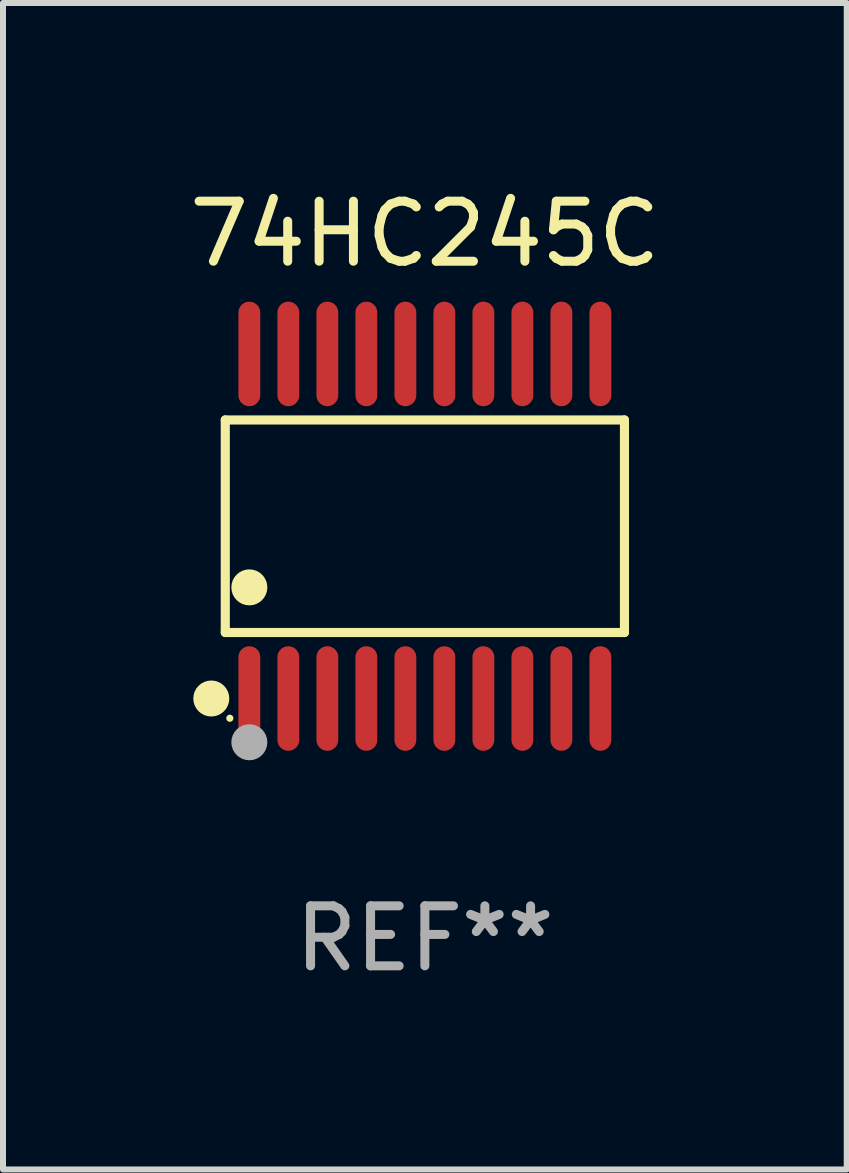
<source format=kicad_pcb>
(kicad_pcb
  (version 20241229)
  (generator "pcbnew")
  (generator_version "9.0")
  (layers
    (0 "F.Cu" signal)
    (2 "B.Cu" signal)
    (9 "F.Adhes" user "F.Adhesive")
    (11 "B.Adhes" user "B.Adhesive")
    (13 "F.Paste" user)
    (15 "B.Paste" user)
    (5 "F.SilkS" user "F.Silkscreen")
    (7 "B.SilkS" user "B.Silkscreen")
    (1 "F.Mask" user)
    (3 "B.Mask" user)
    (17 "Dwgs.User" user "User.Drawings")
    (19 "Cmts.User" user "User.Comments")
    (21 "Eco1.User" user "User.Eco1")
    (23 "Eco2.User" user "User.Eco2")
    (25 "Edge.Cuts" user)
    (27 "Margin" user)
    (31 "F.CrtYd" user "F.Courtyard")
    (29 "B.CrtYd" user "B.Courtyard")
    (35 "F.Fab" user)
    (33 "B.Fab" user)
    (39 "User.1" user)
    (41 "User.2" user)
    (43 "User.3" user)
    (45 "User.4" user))
  (footprint "74HC245C"
    (layer "F.Cu")
    (at 4.03 5.719)
    (property "Reference" "74HC245C" (at 0 -4.871 0) (layer "F.SilkS") (effects (font (size 1 1) (thickness 0.15))))
    (attr through_hole)
    (fp_line (start -3.326 -1.771) (end 3.326 -1.771) (stroke (width 0.152) (type solid)) (layer "F.SilkS"))
    (fp_line (start -3.326 1.771) (end -3.326 -1.771) (stroke (width 0.152) (type solid)) (layer "F.SilkS"))
    (fp_line (start 3.326 -1.771) (end 3.326 1.771) (stroke (width 0.152) (type solid)) (layer "F.SilkS"))
    (fp_line (start 3.326 1.771) (end -3.326 1.771) (stroke (width 0.152) (type solid)) (layer "F.SilkS"))
    (fp_circle (center -3.559 2.871) (end -3.409 2.871) (stroke (width 0.3) (type solid)) (fill no) (layer "F.SilkS"))
    (fp_circle (center -3.25 3.2) (end -3.22 3.2) (stroke (width 0.06) (type solid)) (fill no) (layer "F.SilkS"))
    (fp_circle (center -2.925 1.019) (end -2.775 1.019) (stroke (width 0.3) (type solid)) (fill no) (layer "F.SilkS"))
    (fp_circle (center -2.925 3.6) (end -2.775 3.6) (stroke (width 0.3) (type solid)) (fill no) (layer "F.Fab"))
    (fp_text user "REF**" (at 0 6.871 0) (layer "F.Fab") (effects (font (size 1 1) (thickness 0.15))))
    (pad "1" smd oval (at -2.925 2.871) (size 0.364 1.742) (layers "F.Cu" "F.Mask" "F.Paste"))
    (pad "2" smd oval (at -2.275 2.871) (size 0.364 1.742) (layers "F.Cu" "F.Mask" "F.Paste"))
    (pad "3" smd oval (at -1.625 2.871) (size 0.364 1.742) (layers "F.Cu" "F.Mask" "F.Paste"))
    (pad "4" smd oval (at -0.975 2.871) (size 0.364 1.742) (layers "F.Cu" "F.Mask" "F.Paste"))
    (pad "5" smd oval (at -0.325 2.871) (size 0.364 1.742) (layers "F.Cu" "F.Mask" "F.Paste"))
    (pad "6" smd oval (at 0.325 2.871) (size 0.364 1.742) (layers "F.Cu" "F.Mask" "F.Paste"))
    (pad "7" smd oval (at 0.975 2.871) (size 0.364 1.742) (layers "F.Cu" "F.Mask" "F.Paste"))
    (pad "8" smd oval (at 1.625 2.871) (size 0.364 1.742) (layers "F.Cu" "F.Mask" "F.Paste"))
    (pad "9" smd oval (at 2.275 2.871) (size 0.364 1.742) (layers "F.Cu" "F.Mask" "F.Paste"))
    (pad "10" smd oval (at 2.925 2.871) (size 0.364 1.742) (layers "F.Cu" "F.Mask" "F.Paste"))
    (pad "11" smd oval (at 2.925 -2.871) (size 0.364 1.742) (layers "F.Cu" "F.Mask" "F.Paste"))
    (pad "12" smd oval (at 2.275 -2.871) (size 0.364 1.742) (layers "F.Cu" "F.Mask" "F.Paste"))
    (pad "13" smd oval (at 1.625 -2.871) (size 0.364 1.742) (layers "F.Cu" "F.Mask" "F.Paste"))
    (pad "14" smd oval (at 0.975 -2.871) (size 0.364 1.742) (layers "F.Cu" "F.Mask" "F.Paste"))
    (pad "15" smd oval (at 0.325 -2.871) (size 0.364 1.742) (layers "F.Cu" "F.Mask" "F.Paste"))
    (pad "16" smd oval (at -0.325 -2.871) (size 0.364 1.742) (layers "F.Cu" "F.Mask" "F.Paste"))
    (pad "17" smd oval (at -0.975 -2.871) (size 0.364 1.742) (layers "F.Cu" "F.Mask" "F.Paste"))
    (pad "18" smd oval (at -1.625 -2.871) (size 0.364 1.742) (layers "F.Cu" "F.Mask" "F.Paste"))
    (pad "19" smd oval (at -2.275 -2.871) (size 0.364 1.742) (layers "F.Cu" "F.Mask" "F.Paste"))
    (pad "20" smd oval (at -2.925 -2.871) (size 0.364 1.742) (layers "F.Cu" "F.Mask" "F.Paste")))
  (gr_rect
    (start -3 -3)
    (end 11.06 16.438)
    (stroke (width 0.1) (type default))
    (fill no)
    (layer "Edge.Cuts")))
</source>
